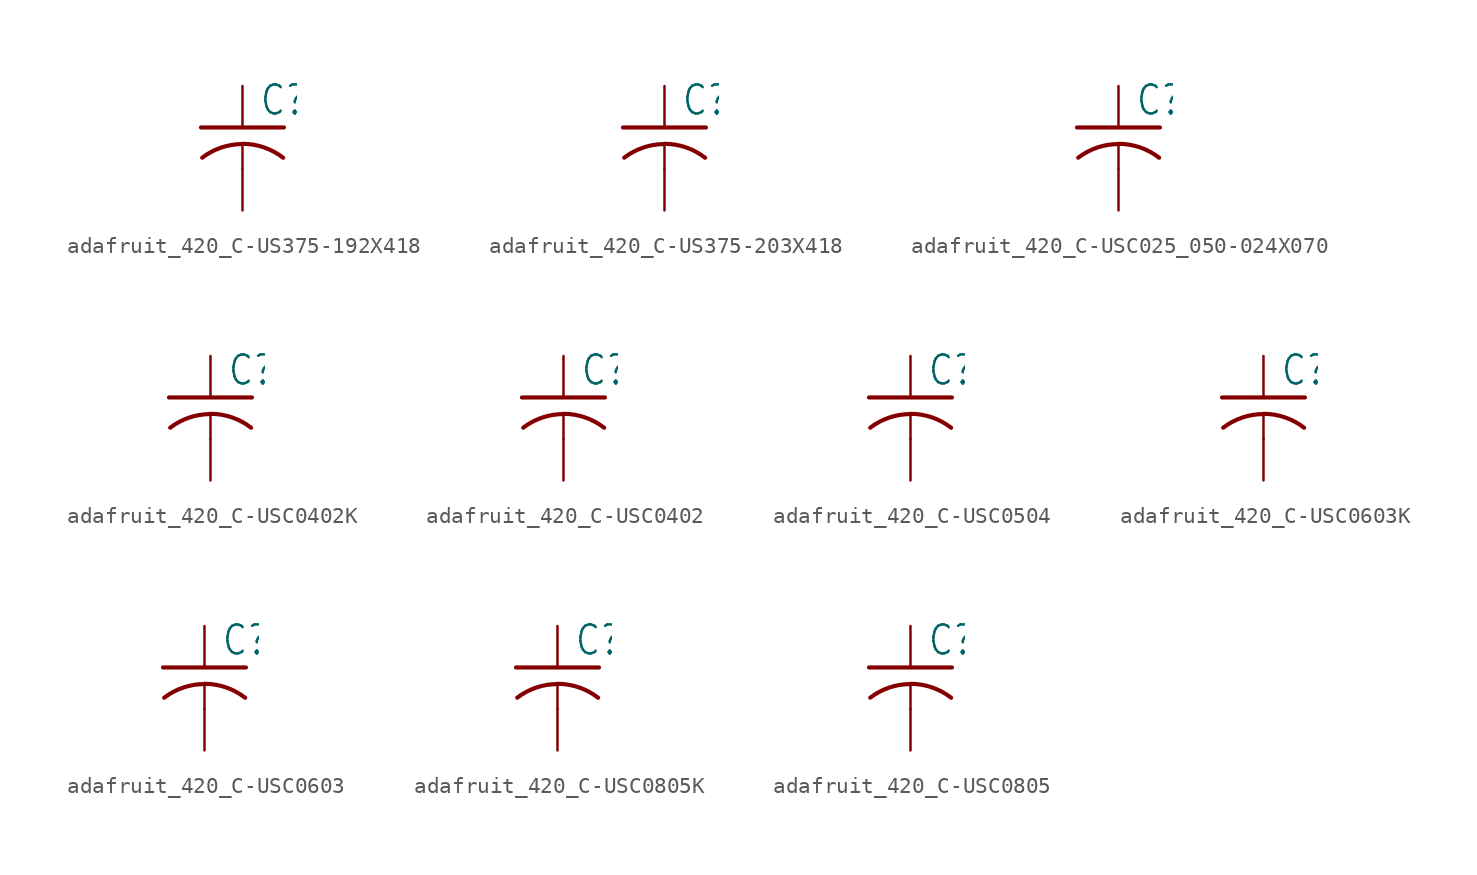
<source format=kicad_sym>
(kicad_symbol_lib
  (version 20241209)
  (generator "kicad_symbol_editor")
  (generator_version "9.0")
  (symbol "adafruit_420_C-US375-192X418"
    (property "Reference" "C"
      (at 1.016 0.635 0)
      (effects (font (size 1.778 1.511)) (justify left bottom)))
    (property "Value" ""
      (at 1.016 -4.191 0)
      (effects (font (size 1.778 1.511)) (justify left bottom)))
    (property "ki_locked" ""
      (at 0 0 0)
      (effects (font (size 1.27 1.27))))
    (symbol "adafruit_420_C-US375-192X418_1_0"
      (polyline (pts (xy -2.54 0) (xy 2.54 0)) (stroke (width 0.254) (type solid)) (fill (type none)))
      (polyline (pts (xy 0 -1.016) (xy 0 -2.54)) (stroke (width 0.152) (type solid)) (fill (type none)))
      (arc (start 0 -1) (mid 1.3158 -1.2195) (end 2.4892 -1.8541) (stroke (width 0.254) (type solid)) (fill (type none)))
      (arc (start -2.4668 -1.8504) (mid -1.302 -1.2303) (end 0 -1.0161) (stroke (width 0.254) (type solid)) (fill (type none)))
      (pin passive line (at 0 2.54 270) (length 2.54) (name "1" (effects (font (size 0 0)))) (number "1" (effects (font (size 0 0)))))
      (pin passive line (at 0 -5.08 90) (length 2.54) (name "2" (effects (font (size 0 0)))) (number "2" (effects (font (size 0 0)))))))
  (symbol "adafruit_420_C-US375-203X418"
    (property "Reference" "C"
      (at 1.016 0.635 0)
      (effects (font (size 1.778 1.511)) (justify left bottom)))
    (property "Value" ""
      (at 1.016 -4.191 0)
      (effects (font (size 1.778 1.511)) (justify left bottom)))
    (property "ki_locked" ""
      (at 0 0 0)
      (effects (font (size 1.27 1.27))))
    (symbol "adafruit_420_C-US375-203X418_1_0"
      (polyline (pts (xy -2.54 0) (xy 2.54 0)) (stroke (width 0.254) (type solid)) (fill (type none)))
      (polyline (pts (xy 0 -1.016) (xy 0 -2.54)) (stroke (width 0.152) (type solid)) (fill (type none)))
      (arc (start 0 -1) (mid 1.3158 -1.2195) (end 2.4892 -1.8541) (stroke (width 0.254) (type solid)) (fill (type none)))
      (arc (start -2.4668 -1.8504) (mid -1.302 -1.2303) (end 0 -1.0161) (stroke (width 0.254) (type solid)) (fill (type none)))
      (pin passive line (at 0 2.54 270) (length 2.54) (name "1" (effects (font (size 0 0)))) (number "1" (effects (font (size 0 0)))))
      (pin passive line (at 0 -5.08 90) (length 2.54) (name "2" (effects (font (size 0 0)))) (number "2" (effects (font (size 0 0)))))))
  (symbol "adafruit_420_C-USC025_050-024X070"
    (property "Reference" "C"
      (at 1.016 0.635 0)
      (effects (font (size 1.778 1.511)) (justify left bottom)))
    (property "Value" ""
      (at 1.016 -4.191 0)
      (effects (font (size 1.778 1.511)) (justify left bottom)))
    (property "ki_locked" ""
      (at 0 0 0)
      (effects (font (size 1.27 1.27))))
    (symbol "adafruit_420_C-USC025_050-024X070_1_0"
      (polyline (pts (xy -2.54 0) (xy 2.54 0)) (stroke (width 0.254) (type solid)) (fill (type none)))
      (polyline (pts (xy 0 -1.016) (xy 0 -2.54)) (stroke (width 0.152) (type solid)) (fill (type none)))
      (arc (start 0 -1) (mid 1.3158 -1.2195) (end 2.4892 -1.8541) (stroke (width 0.254) (type solid)) (fill (type none)))
      (arc (start -2.4668 -1.8504) (mid -1.302 -1.2303) (end 0 -1.0161) (stroke (width 0.254) (type solid)) (fill (type none)))
      (pin passive line (at 0 2.54 270) (length 2.54) (name "1" (effects (font (size 0 0)))) (number "1" (effects (font (size 0 0)))))
      (pin passive line (at 0 -5.08 90) (length 2.54) (name "2" (effects (font (size 0 0)))) (number "2" (effects (font (size 0 0)))))))
  (symbol "adafruit_420_C-USC0402K"
    (property "Reference" "C"
      (at 1.016 0.635 0)
      (effects (font (size 1.778 1.511)) (justify left bottom)))
    (property "Value" ""
      (at 1.016 -4.191 0)
      (effects (font (size 1.778 1.511)) (justify left bottom)))
    (property "ki_locked" ""
      (at 0 0 0)
      (effects (font (size 1.27 1.27))))
    (symbol "adafruit_420_C-USC0402K_1_0"
      (polyline (pts (xy -2.54 0) (xy 2.54 0)) (stroke (width 0.254) (type solid)) (fill (type none)))
      (polyline (pts (xy 0 -1.016) (xy 0 -2.54)) (stroke (width 0.152) (type solid)) (fill (type none)))
      (arc (start 0 -1) (mid 1.3158 -1.2195) (end 2.4892 -1.8541) (stroke (width 0.254) (type solid)) (fill (type none)))
      (arc (start -2.4668 -1.8504) (mid -1.302 -1.2303) (end 0 -1.0161) (stroke (width 0.254) (type solid)) (fill (type none)))
      (pin passive line (at 0 2.54 270) (length 2.54) (name "1" (effects (font (size 0 0)))) (number "1" (effects (font (size 0 0)))))
      (pin passive line (at 0 -5.08 90) (length 2.54) (name "2" (effects (font (size 0 0)))) (number "2" (effects (font (size 0 0)))))))
  (symbol "adafruit_420_C-USC0402"
    (property "Reference" "C"
      (at 1.016 0.635 0)
      (effects (font (size 1.778 1.511)) (justify left bottom)))
    (property "Value" ""
      (at 1.016 -4.191 0)
      (effects (font (size 1.778 1.511)) (justify left bottom)))
    (property "ki_locked" ""
      (at 0 0 0)
      (effects (font (size 1.27 1.27))))
    (symbol "adafruit_420_C-USC0402_1_0"
      (polyline (pts (xy -2.54 0) (xy 2.54 0)) (stroke (width 0.254) (type solid)) (fill (type none)))
      (polyline (pts (xy 0 -1.016) (xy 0 -2.54)) (stroke (width 0.152) (type solid)) (fill (type none)))
      (arc (start 0 -1) (mid 1.3158 -1.2195) (end 2.4892 -1.8541) (stroke (width 0.254) (type solid)) (fill (type none)))
      (arc (start -2.4668 -1.8504) (mid -1.302 -1.2303) (end 0 -1.0161) (stroke (width 0.254) (type solid)) (fill (type none)))
      (pin passive line (at 0 2.54 270) (length 2.54) (name "1" (effects (font (size 0 0)))) (number "1" (effects (font (size 0 0)))))
      (pin passive line (at 0 -5.08 90) (length 2.54) (name "2" (effects (font (size 0 0)))) (number "2" (effects (font (size 0 0)))))))
  (symbol "adafruit_420_C-USC0504"
    (property "Reference" "C"
      (at 1.016 0.635 0)
      (effects (font (size 1.778 1.511)) (justify left bottom)))
    (property "Value" ""
      (at 1.016 -4.191 0)
      (effects (font (size 1.778 1.511)) (justify left bottom)))
    (property "ki_locked" ""
      (at 0 0 0)
      (effects (font (size 1.27 1.27))))
    (symbol "adafruit_420_C-USC0504_1_0"
      (polyline (pts (xy -2.54 0) (xy 2.54 0)) (stroke (width 0.254) (type solid)) (fill (type none)))
      (polyline (pts (xy 0 -1.016) (xy 0 -2.54)) (stroke (width 0.152) (type solid)) (fill (type none)))
      (arc (start 0 -1) (mid 1.3158 -1.2195) (end 2.4892 -1.8541) (stroke (width 0.254) (type solid)) (fill (type none)))
      (arc (start -2.4668 -1.8504) (mid -1.302 -1.2303) (end 0 -1.0161) (stroke (width 0.254) (type solid)) (fill (type none)))
      (pin passive line (at 0 2.54 270) (length 2.54) (name "1" (effects (font (size 0 0)))) (number "1" (effects (font (size 0 0)))))
      (pin passive line (at 0 -5.08 90) (length 2.54) (name "2" (effects (font (size 0 0)))) (number "2" (effects (font (size 0 0)))))))
  (symbol "adafruit_420_C-USC0603K"
    (property "Reference" "C"
      (at 1.016 0.635 0)
      (effects (font (size 1.778 1.511)) (justify left bottom)))
    (property "Value" ""
      (at 1.016 -4.191 0)
      (effects (font (size 1.778 1.511)) (justify left bottom)))
    (property "ki_locked" ""
      (at 0 0 0)
      (effects (font (size 1.27 1.27))))
    (symbol "adafruit_420_C-USC0603K_1_0"
      (polyline (pts (xy -2.54 0) (xy 2.54 0)) (stroke (width 0.254) (type solid)) (fill (type none)))
      (polyline (pts (xy 0 -1.016) (xy 0 -2.54)) (stroke (width 0.152) (type solid)) (fill (type none)))
      (arc (start 0 -1) (mid 1.3158 -1.2195) (end 2.4892 -1.8541) (stroke (width 0.254) (type solid)) (fill (type none)))
      (arc (start -2.4668 -1.8504) (mid -1.302 -1.2303) (end 0 -1.0161) (stroke (width 0.254) (type solid)) (fill (type none)))
      (pin passive line (at 0 2.54 270) (length 2.54) (name "1" (effects (font (size 0 0)))) (number "1" (effects (font (size 0 0)))))
      (pin passive line (at 0 -5.08 90) (length 2.54) (name "2" (effects (font (size 0 0)))) (number "2" (effects (font (size 0 0)))))))
  (symbol "adafruit_420_C-USC0603"
    (property "Reference" "C"
      (at 1.016 0.635 0)
      (effects (font (size 1.778 1.511)) (justify left bottom)))
    (property "Value" ""
      (at 1.016 -4.191 0)
      (effects (font (size 1.778 1.511)) (justify left bottom)))
    (property "ki_locked" ""
      (at 0 0 0)
      (effects (font (size 1.27 1.27))))
    (symbol "adafruit_420_C-USC0603_1_0"
      (polyline (pts (xy -2.54 0) (xy 2.54 0)) (stroke (width 0.254) (type solid)) (fill (type none)))
      (polyline (pts (xy 0 -1.016) (xy 0 -2.54)) (stroke (width 0.152) (type solid)) (fill (type none)))
      (arc (start 0 -1) (mid 1.3158 -1.2195) (end 2.4892 -1.8541) (stroke (width 0.254) (type solid)) (fill (type none)))
      (arc (start -2.4668 -1.8504) (mid -1.302 -1.2303) (end 0 -1.0161) (stroke (width 0.254) (type solid)) (fill (type none)))
      (pin passive line (at 0 2.54 270) (length 2.54) (name "1" (effects (font (size 0 0)))) (number "1" (effects (font (size 0 0)))))
      (pin passive line (at 0 -5.08 90) (length 2.54) (name "2" (effects (font (size 0 0)))) (number "2" (effects (font (size 0 0)))))))
  (symbol "adafruit_420_C-USC0805K"
    (property "Reference" "C"
      (at 1.016 0.635 0)
      (effects (font (size 1.778 1.511)) (justify left bottom)))
    (property "Value" ""
      (at 1.016 -4.191 0)
      (effects (font (size 1.778 1.511)) (justify left bottom)))
    (property "ki_locked" ""
      (at 0 0 0)
      (effects (font (size 1.27 1.27))))
    (symbol "adafruit_420_C-USC0805K_1_0"
      (polyline (pts (xy -2.54 0) (xy 2.54 0)) (stroke (width 0.254) (type solid)) (fill (type none)))
      (polyline (pts (xy 0 -1.016) (xy 0 -2.54)) (stroke (width 0.152) (type solid)) (fill (type none)))
      (arc (start 0 -1) (mid 1.3158 -1.2195) (end 2.4892 -1.8541) (stroke (width 0.254) (type solid)) (fill (type none)))
      (arc (start -2.4668 -1.8504) (mid -1.302 -1.2303) (end 0 -1.0161) (stroke (width 0.254) (type solid)) (fill (type none)))
      (pin passive line (at 0 2.54 270) (length 2.54) (name "1" (effects (font (size 0 0)))) (number "1" (effects (font (size 0 0)))))
      (pin passive line (at 0 -5.08 90) (length 2.54) (name "2" (effects (font (size 0 0)))) (number "2" (effects (font (size 0 0)))))))
  (symbol "adafruit_420_C-USC0805"
    (property "Reference" "C"
      (at 1.016 0.635 0)
      (effects (font (size 1.778 1.511)) (justify left bottom)))
    (property "Value" ""
      (at 1.016 -4.191 0)
      (effects (font (size 1.778 1.511)) (justify left bottom)))
    (property "ki_locked" ""
      (at 0 0 0)
      (effects (font (size 1.27 1.27))))
    (symbol "adafruit_420_C-USC0805_1_0"
      (polyline (pts (xy -2.54 0) (xy 2.54 0)) (stroke (width 0.254) (type solid)) (fill (type none)))
      (polyline (pts (xy 0 -1.016) (xy 0 -2.54)) (stroke (width 0.152) (type solid)) (fill (type none)))
      (arc (start 0 -1) (mid 1.3158 -1.2195) (end 2.4892 -1.8541) (stroke (width 0.254) (type solid)) (fill (type none)))
      (arc (start -2.4668 -1.8504) (mid -1.302 -1.2303) (end 0 -1.0161) (stroke (width 0.254) (type solid)) (fill (type none)))
      (pin passive line (at 0 2.54 270) (length 2.54) (name "1" (effects (font (size 0 0)))) (number "1" (effects (font (size 0 0)))))
      (pin passive line (at 0 -5.08 90) (length 2.54) (name "2" (effects (font (size 0 0)))) (number "2" (effects (font (size 0 0))))))))
</source>
